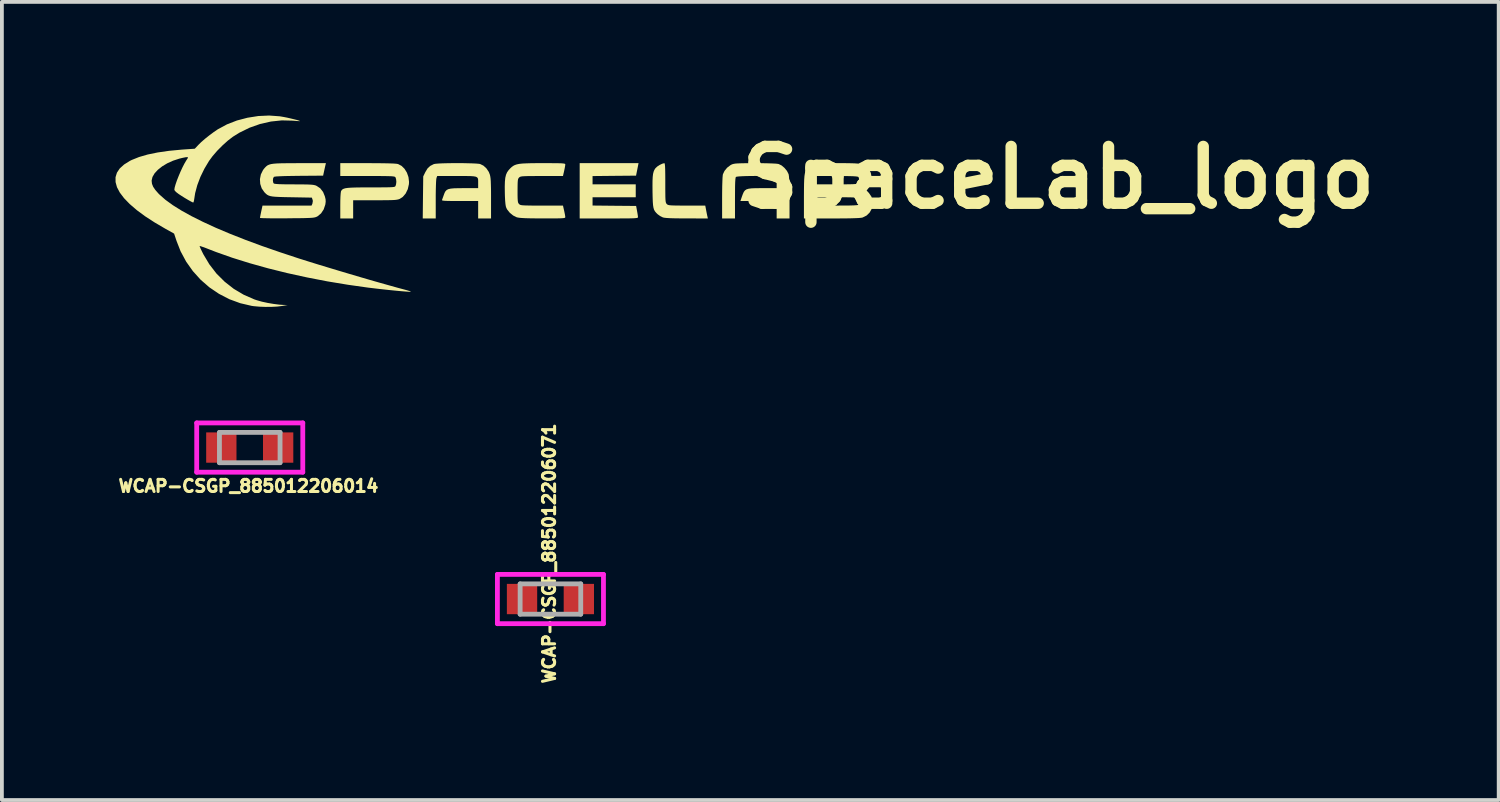
<source format=kicad_pcb>
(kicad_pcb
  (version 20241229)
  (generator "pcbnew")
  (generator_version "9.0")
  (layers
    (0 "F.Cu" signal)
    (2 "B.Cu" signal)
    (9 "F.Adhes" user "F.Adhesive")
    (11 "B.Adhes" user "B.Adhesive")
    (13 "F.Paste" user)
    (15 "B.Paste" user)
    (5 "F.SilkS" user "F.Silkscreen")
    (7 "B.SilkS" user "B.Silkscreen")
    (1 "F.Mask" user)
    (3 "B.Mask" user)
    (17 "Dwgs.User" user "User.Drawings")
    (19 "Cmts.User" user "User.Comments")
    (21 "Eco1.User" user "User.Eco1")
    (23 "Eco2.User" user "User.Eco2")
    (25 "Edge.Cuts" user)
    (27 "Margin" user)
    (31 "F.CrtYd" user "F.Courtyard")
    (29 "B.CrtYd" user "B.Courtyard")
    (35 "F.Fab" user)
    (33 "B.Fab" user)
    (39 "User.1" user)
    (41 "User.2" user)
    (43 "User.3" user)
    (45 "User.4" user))
  (footprint "SpaceLab_logo"
    (layer "F.Cu")
    (at 9.993 2.537)
    (property "Reference" "SpaceLab_logo" (at 14.9 -0.9 0) (layer "F.SilkS") (effects (font (size 1.5 1.5) (thickness 0.3))))
    (attr board_only exclude_from_pos_files exclude_from_bom)
    (fp_poly (pts (xy 3.781 -1.115) (xy 3.748 -0.95) (xy 3.174 -0.945) (xy 2.6 -0.939) (xy 2.6 -0.83) (xy 2.6 -0.72) (xy 3.17 -0.72) (xy 3.74 -0.72) (xy 3.74 -0.55) (xy 3.74 -0.38) (xy 3.17 -0.38) (xy 2.6 -0.38) (xy 2.6 -0.27) (xy 2.6 -0.161) (xy 3.175 -0.155) (xy 3.75 -0.15) (xy 3.774 -0.02) (xy 3.787 0.053) (xy 3.796 0.113) (xy 3.799 0.145) (xy 3.797 0.154) (xy 3.789 0.161) (xy 3.77 0.167) (xy 3.737 0.171) (xy 3.686 0.175) (xy 3.614 0.177) (xy 3.516 0.179) (xy 3.39 0.179) (xy 3.231 0.18) (xy 3.037 0.18) (xy 3.03 0.18) (xy 2.26 0.18) (xy 2.26 -0.55) (xy 2.26 -1.28) (xy 3.037 -1.28) (xy 3.814 -1.28)) (stroke (width 0) (type solid)) (fill yes) (layer "F.SilkS"))
    (fp_poly (pts (xy 4.503 -1.271) (xy 4.509 -1.242) (xy 4.514 -1.19) (xy 4.517 -1.11) (xy 4.519 -1) (xy 4.52 -0.855) (xy 4.52 -0.76) (xy 4.52 -0.602) (xy 4.521 -0.479) (xy 4.522 -0.386) (xy 4.525 -0.319) (xy 4.529 -0.272) (xy 4.536 -0.24) (xy 4.544 -0.22) (xy 4.555 -0.205) (xy 4.56 -0.2) (xy 4.575 -0.187) (xy 4.593 -0.178) (xy 4.621 -0.171) (xy 4.664 -0.166) (xy 4.726 -0.163) (xy 4.812 -0.161) (xy 4.928 -0.16) (xy 5.079 -0.16) (xy 5.087 -0.16) (xy 5.575 -0.16) (xy 5.599 -0.035) (xy 5.613 0.039) (xy 5.626 0.102) (xy 5.634 0.135) (xy 5.644 0.18) (xy 5.087 0.179) (xy 4.906 0.178) (xy 4.762 0.176) (xy 4.649 0.173) (xy 4.564 0.168) (xy 4.503 0.162) (xy 4.462 0.154) (xy 4.453 0.151) (xy 4.385 0.117) (xy 4.321 0.071) (xy 4.316 0.067) (xy 4.276 0.027) (xy 4.246 -0.01) (xy 4.223 -0.052) (xy 4.208 -0.103) (xy 4.197 -0.171) (xy 4.19 -0.26) (xy 4.186 -0.378) (xy 4.183 -0.522) (xy 4.182 -0.686) (xy 4.183 -0.816) (xy 4.188 -0.917) (xy 4.197 -0.995) (xy 4.212 -1.055) (xy 4.232 -1.103) (xy 4.259 -1.144) (xy 4.263 -1.15) (xy 4.308 -1.191) (xy 4.371 -1.232) (xy 4.437 -1.264) (xy 4.491 -1.279) (xy 4.495 -1.28)) (stroke (width 0) (type solid)) (fill yes) (layer "F.SilkS"))
    (fp_poly (pts (xy -3.11 -1.279) (xy -2.921 -1.277) (xy -2.77 -1.274) (xy -2.657 -1.27) (xy -2.579 -1.264) (xy -2.537 -1.257) (xy -2.444 -1.209) (xy -2.364 -1.131) (xy -2.301 -1.029) (xy -2.26 -0.912) (xy -2.245 -0.787) (xy -2.248 -0.725) (xy -2.278 -0.593) (xy -2.334 -0.478) (xy -2.41 -0.389) (xy -2.488 -0.338) (xy -2.515 -0.327) (xy -2.547 -0.319) (xy -2.588 -0.312) (xy -2.643 -0.307) (xy -2.717 -0.304) (xy -2.815 -0.302) (xy -2.941 -0.301) (xy -3.102 -0.3) (xy -3.145 -0.3) (xy -3.72 -0.3) (xy -3.72 -0.06) (xy -3.72 0.18) (xy -3.89 0.18) (xy -4.06 0.18) (xy -4.06 -0.161) (xy -4.059 -0.294) (xy -4.055 -0.403) (xy -4.049 -0.485) (xy -4.042 -0.534) (xy -4.038 -0.543) (xy -4.022 -0.568) (xy -4 -0.589) (xy -3.968 -0.605) (xy -3.923 -0.618) (xy -3.86 -0.627) (xy -3.775 -0.633) (xy -3.664 -0.637) (xy -3.523 -0.639) (xy -3.348 -0.64) (xy -3.251 -0.64) (xy -3.076 -0.64) (xy -2.936 -0.641) (xy -2.828 -0.642) (xy -2.747 -0.644) (xy -2.689 -0.647) (xy -2.65 -0.651) (xy -2.625 -0.657) (xy -2.611 -0.665) (xy -2.603 -0.675) (xy -2.601 -0.679) (xy -2.587 -0.725) (xy -2.58 -0.785) (xy -2.58 -0.79) (xy -2.586 -0.85) (xy -2.599 -0.899) (xy -2.601 -0.901) (xy -2.608 -0.911) (xy -2.619 -0.92) (xy -2.639 -0.926) (xy -2.672 -0.931) (xy -2.72 -0.935) (xy -2.79 -0.937) (xy -2.883 -0.939) (xy -3.005 -0.94) (xy -3.159 -0.94) (xy -3.341 -0.94) (xy -4.06 -0.94) (xy -4.06 -1.11) (xy -4.06 -1.28) (xy -3.337 -1.28)) (stroke (width 0) (type solid)) (fill yes) (layer "F.SilkS"))
    (fp_poly (pts (xy -0.825 -1.28) (xy -0.692 -1.277) (xy -0.572 -1.274) (xy -0.473 -1.269) (xy -0.402 -1.263) (xy -0.37 -1.258) (xy -0.282 -1.215) (xy -0.202 -1.142) (xy -0.139 -1.048) (xy -0.111 -0.976) (xy -0.101 -0.934) (xy -0.093 -0.88) (xy -0.087 -0.808) (xy -0.084 -0.714) (xy -0.081 -0.593) (xy -0.08 -0.439) (xy -0.08 -0.346) (xy -0.08 0.18) (xy -0.25 0.18) (xy -0.42 0.18) (xy -0.42 -0.05) (xy -0.42 -0.28) (xy -0.902 -0.28) (xy -1.059 -0.28) (xy -1.18 -0.282) (xy -1.268 -0.284) (xy -1.328 -0.288) (xy -1.362 -0.294) (xy -1.375 -0.301) (xy -1.375 -0.305) (xy -1.364 -0.337) (xy -1.344 -0.392) (xy -1.328 -0.438) (xy -1.306 -0.496) (xy -1.282 -0.54) (xy -1.25 -0.572) (xy -1.206 -0.594) (xy -1.143 -0.608) (xy -1.056 -0.616) (xy -0.94 -0.619) (xy -0.795 -0.62) (xy -0.42 -0.62) (xy -0.42 -0.741) (xy -0.42 -0.8) (xy -0.421 -0.845) (xy -0.429 -0.88) (xy -0.448 -0.905) (xy -0.481 -0.922) (xy -0.535 -0.932) (xy -0.611 -0.938) (xy -0.716 -0.94) (xy -0.853 -0.94) (xy -0.981 -0.94) (xy -1.501 -0.94) (xy -1.52 -0.889) (xy -1.526 -0.855) (xy -1.531 -0.787) (xy -1.535 -0.691) (xy -1.538 -0.573) (xy -1.54 -0.438) (xy -1.54 -0.329) (xy -1.54 0.18) (xy -1.712 0.18) (xy -1.883 0.18) (xy -1.877 -0.375) (xy -1.87 -0.93) (xy -1.814 -1.045) (xy -1.756 -1.141) (xy -1.687 -1.206) (xy -1.597 -1.252) (xy -1.582 -1.257) (xy -1.54 -1.264) (xy -1.465 -1.27) (xy -1.363 -1.275) (xy -1.241 -1.278) (xy -1.107 -1.28) (xy -0.966 -1.28)) (stroke (width 0) (type solid)) (fill yes) (layer "F.SilkS"))
    (fp_poly (pts (xy 7.066 -1.279) (xy 7.218 -1.276) (xy 7.344 -1.272) (xy 7.439 -1.267) (xy 7.498 -1.26) (xy 7.51 -1.258) (xy 7.589 -1.22) (xy 7.666 -1.155) (xy 7.732 -1.075) (xy 7.774 -0.992) (xy 7.776 -0.987) (xy 7.784 -0.937) (xy 7.791 -0.852) (xy 7.796 -0.732) (xy 7.799 -0.574) (xy 7.8 -0.377) (xy 7.8 -0.363) (xy 7.8 0.18) (xy 7.63 0.18) (xy 7.46 0.18) (xy 7.46 -0.05) (xy 7.46 -0.28) (xy 6.981 -0.28) (xy 6.503 -0.28) (xy 6.542 -0.395) (xy 6.568 -0.466) (xy 6.593 -0.521) (xy 6.623 -0.56) (xy 6.664 -0.588) (xy 6.721 -0.605) (xy 6.8 -0.615) (xy 6.907 -0.619) (xy 7.046 -0.62) (xy 7.089 -0.62) (xy 7.46 -0.62) (xy 7.46 -0.756) (xy 7.456 -0.834) (xy 7.447 -0.891) (xy 7.436 -0.916) (xy 7.409 -0.924) (xy 7.348 -0.93) (xy 7.261 -0.935) (xy 7.153 -0.939) (xy 7.033 -0.941) (xy 6.906 -0.942) (xy 6.779 -0.941) (xy 6.66 -0.939) (xy 6.553 -0.935) (xy 6.468 -0.93) (xy 6.409 -0.923) (xy 6.384 -0.916) (xy 6.376 -0.895) (xy 6.37 -0.849) (xy 6.365 -0.775) (xy 6.362 -0.669) (xy 6.361 -0.528) (xy 6.36 -0.356) (xy 6.36 0.18) (xy 6.19 0.18) (xy 6.02 0.18) (xy 6.02 -0.365) (xy 6.021 -0.527) (xy 6.023 -0.673) (xy 6.027 -0.798) (xy 6.031 -0.895) (xy 6.037 -0.962) (xy 6.041 -0.986) (xy 6.083 -1.075) (xy 6.153 -1.16) (xy 6.239 -1.226) (xy 6.27 -1.243) (xy 6.298 -1.254) (xy 6.331 -1.262) (xy 6.374 -1.269) (xy 6.432 -1.273) (xy 6.511 -1.276) (xy 6.615 -1.278) (xy 6.75 -1.279) (xy 6.89 -1.279)) (stroke (width 0) (type solid)) (fill yes) (layer "F.SilkS"))
    (fp_poly (pts (xy 1.462 -1.28) (xy 1.595 -1.279) (xy 1.697 -1.278) (xy 1.771 -1.276) (xy 1.822 -1.272) (xy 1.854 -1.267) (xy 1.872 -1.261) (xy 1.879 -1.252) (xy 1.88 -1.245) (xy 1.876 -1.21) (xy 1.866 -1.153) (xy 1.848 -1.066) (xy 1.829 -0.985) (xy 1.819 -0.94) (xy 1.26 -0.94) (xy 1.095 -0.94) (xy 0.966 -0.939) (xy 0.867 -0.938) (xy 0.794 -0.935) (xy 0.743 -0.932) (xy 0.708 -0.926) (xy 0.685 -0.918) (xy 0.669 -0.908) (xy 0.66 -0.9) (xy 0.645 -0.882) (xy 0.634 -0.858) (xy 0.627 -0.821) (xy 0.623 -0.766) (xy 0.621 -0.685) (xy 0.62 -0.572) (xy 0.62 -0.55) (xy 0.62 -0.431) (xy 0.622 -0.345) (xy 0.626 -0.286) (xy 0.632 -0.247) (xy 0.643 -0.222) (xy 0.657 -0.203) (xy 0.66 -0.2) (xy 0.674 -0.188) (xy 0.691 -0.179) (xy 0.717 -0.172) (xy 0.756 -0.167) (xy 0.814 -0.164) (xy 0.894 -0.162) (xy 1.001 -0.16) (xy 1.141 -0.16) (xy 1.26 -0.16) (xy 1.819 -0.16) (xy 1.829 -0.115) (xy 1.854 -0.005) (xy 1.87 0.073) (xy 1.878 0.123) (xy 1.88 0.145) (xy 1.877 0.155) (xy 1.868 0.163) (xy 1.847 0.169) (xy 1.81 0.173) (xy 1.753 0.176) (xy 1.671 0.178) (xy 1.562 0.179) (xy 1.42 0.179) (xy 1.285 0.179) (xy 1.098 0.178) (xy 0.946 0.176) (xy 0.827 0.173) (xy 0.735 0.168) (xy 0.667 0.162) (xy 0.619 0.154) (xy 0.598 0.149) (xy 0.505 0.103) (xy 0.416 0.031) (xy 0.346 -0.056) (xy 0.324 -0.098) (xy 0.31 -0.141) (xy 0.3 -0.205) (xy 0.292 -0.294) (xy 0.286 -0.415) (xy 0.284 -0.503) (xy 0.282 -0.664) (xy 0.286 -0.792) (xy 0.296 -0.892) (xy 0.315 -0.972) (xy 0.343 -1.037) (xy 0.383 -1.094) (xy 0.422 -1.137) (xy 0.462 -1.175) (xy 0.501 -1.205) (xy 0.546 -1.229) (xy 0.599 -1.247) (xy 0.666 -1.261) (xy 0.752 -1.27) (xy 0.86 -1.275) (xy 0.997 -1.279) (xy 1.165 -1.28) (xy 1.294 -1.28)) (stroke (width 0) (type solid)) (fill yes) (layer "F.SilkS"))
    (fp_poly (pts (xy -4.45 -1.235) (xy -4.46 -1.191) (xy -4.475 -1.125) (xy -4.487 -1.07) (xy -4.513 -0.95) (xy -5.15 -0.945) (xy -5.358 -0.942) (xy -5.526 -0.939) (xy -5.656 -0.934) (xy -5.746 -0.929) (xy -5.799 -0.922) (xy -5.813 -0.917) (xy -5.833 -0.879) (xy -5.839 -0.824) (xy -5.831 -0.77) (xy -5.816 -0.744) (xy -5.795 -0.736) (xy -5.747 -0.73) (xy -5.671 -0.725) (xy -5.563 -0.722) (xy -5.419 -0.72) (xy -5.281 -0.72) (xy -5.121 -0.719) (xy -4.997 -0.718) (xy -4.901 -0.716) (xy -4.83 -0.712) (xy -4.777 -0.707) (xy -4.737 -0.699) (xy -4.706 -0.69) (xy -4.689 -0.682) (xy -4.589 -0.616) (xy -4.514 -0.519) (xy -4.467 -0.404) (xy -4.448 -0.326) (xy -4.445 -0.261) (xy -4.455 -0.187) (xy -4.457 -0.18) (xy -4.499 -0.057) (xy -4.567 0.046) (xy -4.655 0.12) (xy -4.67 0.128) (xy -4.693 0.139) (xy -4.718 0.148) (xy -4.749 0.155) (xy -4.79 0.161) (xy -4.847 0.165) (xy -4.923 0.168) (xy -5.022 0.171) (xy -5.15 0.173) (xy -5.309 0.174) (xy -5.465 0.176) (xy -5.63 0.177) (xy -5.781 0.177) (xy -5.914 0.176) (xy -6.025 0.174) (xy -6.11 0.172) (xy -6.163 0.169) (xy -6.18 0.166) (xy -6.176 0.141) (xy -6.166 0.087) (xy -6.151 0.014) (xy -6.147 -0.005) (xy -6.113 -0.16) (xy -5.466 -0.16) (xy -4.819 -0.16) (xy -4.796 -0.211) (xy -4.784 -0.281) (xy -4.792 -0.316) (xy -4.811 -0.37) (xy -5.35 -0.38) (xy -5.521 -0.383) (xy -5.657 -0.387) (xy -5.762 -0.392) (xy -5.843 -0.399) (xy -5.905 -0.41) (xy -5.951 -0.425) (xy -5.988 -0.444) (xy -6.021 -0.47) (xy -6.054 -0.503) (xy -6.064 -0.513) (xy -6.134 -0.614) (xy -6.173 -0.732) (xy -6.181 -0.857) (xy -6.157 -0.981) (xy -6.101 -1.095) (xy -6.077 -1.128) (xy -6.045 -1.165) (xy -6.014 -1.196) (xy -5.981 -1.221) (xy -5.94 -1.24) (xy -5.889 -1.255) (xy -5.822 -1.265) (xy -5.735 -1.272) (xy -5.624 -1.276) (xy -5.486 -1.278) (xy -5.315 -1.279) (xy -5.145 -1.28) (xy -4.439 -1.28)) (stroke (width 0) (type solid)) (fill yes) (layer "F.SilkS"))
    (fp_poly (pts (xy 9.257 -1.28) (xy 9.399 -1.278) (xy 9.511 -1.275) (xy 9.599 -1.269) (xy 9.666 -1.261) (xy 9.719 -1.249) (xy 9.761 -1.233) (xy 9.799 -1.213) (xy 9.825 -1.195) (xy 9.897 -1.123) (xy 9.944 -1.027) (xy 9.966 -0.918) (xy 9.961 -0.804) (xy 9.929 -0.696) (xy 9.887 -0.624) (xy 9.835 -0.557) (xy 9.895 -0.493) (xy 9.961 -0.397) (xy 9.994 -0.29) (xy 9.996 -0.179) (xy 9.968 -0.071) (xy 9.914 0.025) (xy 9.834 0.103) (xy 9.732 0.154) (xy 9.726 0.156) (xy 9.686 0.163) (xy 9.617 0.169) (xy 9.518 0.173) (xy 9.385 0.177) (xy 9.218 0.179) (xy 9.014 0.18) (xy 8.913 0.18) (xy 8.18 0.18) (xy 8.18 -0.38) (xy 8.52 -0.38) (xy 8.52 -0.27) (xy 8.52 -0.16) (xy 9.066 -0.16) (xy 9.244 -0.161) (xy 9.385 -0.162) (xy 9.492 -0.165) (xy 9.567 -0.17) (xy 9.614 -0.176) (xy 9.636 -0.184) (xy 9.636 -0.184) (xy 9.655 -0.225) (xy 9.659 -0.283) (xy 9.648 -0.336) (xy 9.636 -0.356) (xy 9.616 -0.364) (xy 9.57 -0.37) (xy 9.496 -0.374) (xy 9.39 -0.378) (xy 9.251 -0.379) (xy 9.075 -0.38) (xy 9.066 -0.38) (xy 8.52 -0.38) (xy 8.18 -0.38) (xy 8.18 -0.395) (xy 8.181 -0.58) (xy 8.183 -0.729) (xy 8.187 -0.848) (xy 8.194 -0.94) (xy 8.52 -0.94) (xy 8.52 -0.83) (xy 8.52 -0.72) (xy 9.056 -0.72) (xy 9.232 -0.721) (xy 9.372 -0.722) (xy 9.477 -0.725) (xy 9.551 -0.73) (xy 9.596 -0.736) (xy 9.616 -0.744) (xy 9.635 -0.785) (xy 9.639 -0.843) (xy 9.628 -0.896) (xy 9.616 -0.916) (xy 9.595 -0.924) (xy 9.549 -0.93) (xy 9.475 -0.935) (xy 9.369 -0.938) (xy 9.228 -0.939) (xy 9.056 -0.94) (xy 8.52 -0.94) (xy 8.194 -0.94) (xy 8.194 -0.94) (xy 8.205 -1.011) (xy 8.221 -1.065) (xy 8.242 -1.106) (xy 8.269 -1.14) (xy 8.304 -1.17) (xy 8.323 -1.185) (xy 8.361 -1.211) (xy 8.4 -1.233) (xy 8.443 -1.249) (xy 8.496 -1.261) (xy 8.565 -1.27) (xy 8.654 -1.275) (xy 8.767 -1.278) (xy 8.911 -1.28) (xy 9.08 -1.28)) (stroke (width 0) (type solid)) (fill yes) (layer "F.SilkS"))
    (fp_poly (pts (xy -5.66 -2.517) (xy -5.63 -2.512) (xy -5.554 -2.499) (xy -5.466 -2.482) (xy -5.374 -2.461) (xy -5.286 -2.44) (xy -5.21 -2.421) (xy -5.154 -2.404) (xy -5.126 -2.393) (xy -5.124 -2.39) (xy -5.145 -2.389) (xy -5.197 -2.392) (xy -5.271 -2.398) (xy -5.32 -2.402) (xy -5.602 -2.409) (xy -5.89 -2.379) (xy -6.176 -2.314) (xy -6.456 -2.215) (xy -6.723 -2.084) (xy -6.895 -1.977) (xy -7.029 -1.874) (xy -7.17 -1.747) (xy -7.309 -1.607) (xy -7.433 -1.463) (xy -7.525 -1.338) (xy -7.648 -1.132) (xy -7.753 -0.916) (xy -7.835 -0.699) (xy -7.891 -0.49) (xy -7.911 -0.362) (xy -7.921 -0.298) (xy -7.932 -0.254) (xy -7.942 -0.24) (xy -7.968 -0.25) (xy -8.02 -0.277) (xy -8.09 -0.317) (xy -8.171 -0.365) (xy -8.253 -0.417) (xy -8.325 -0.464) (xy -8.398 -0.52) (xy -8.435 -0.563) (xy -8.44 -0.583) (xy -8.431 -0.64) (xy -8.407 -0.724) (xy -8.371 -0.828) (xy -8.326 -0.942) (xy -8.276 -1.06) (xy -8.224 -1.172) (xy -8.173 -1.271) (xy -8.127 -1.349) (xy -8.118 -1.363) (xy -8.092 -1.403) (xy -8.08 -1.427) (xy -8.08 -1.428) (xy -8.095 -1.439) (xy -8.142 -1.436) (xy -8.222 -1.42) (xy -8.309 -1.399) (xy -8.474 -1.345) (xy -8.627 -1.276) (xy -8.762 -1.195) (xy -8.875 -1.105) (xy -8.962 -1.011) (xy -9.018 -0.915) (xy -9.04 -0.82) (xy -9.04 -0.814) (xy -9.031 -0.735) (xy -9 -0.657) (xy -8.944 -0.574) (xy -8.86 -0.478) (xy -8.831 -0.449) (xy -8.678 -0.314) (xy -8.486 -0.174) (xy -8.256 -0.03) (xy -7.989 0.118) (xy -7.685 0.27) (xy -7.346 0.426) (xy -6.972 0.584) (xy -6.564 0.745) (xy -6.123 0.908) (xy -5.65 1.072) (xy -5.145 1.239) (xy -5.09 1.256) (xy -4.871 1.325) (xy -4.629 1.4) (xy -4.368 1.479) (xy -4.096 1.561) (xy -3.818 1.644) (xy -3.54 1.726) (xy -3.27 1.805) (xy -3.011 1.879) (xy -2.772 1.946) (xy -2.558 2.006) (xy -2.375 2.055) (xy -2.352 2.061) (xy -2.277 2.082) (xy -2.223 2.1) (xy -2.196 2.112) (xy -2.196 2.115) (xy -2.225 2.116) (xy -2.289 2.113) (xy -2.382 2.106) (xy -2.498 2.096) (xy -2.634 2.083) (xy -2.782 2.068) (xy -2.939 2.051) (xy -3.098 2.033) (xy -3.255 2.014) (xy -3.31 2.008) (xy -3.855 1.931) (xy -4.399 1.841) (xy -4.936 1.737) (xy -5.461 1.622) (xy -5.968 1.496) (xy -6.454 1.36) (xy -6.912 1.217) (xy -7.339 1.066) (xy -7.517 0.997) (xy -7.609 0.961) (xy -7.687 0.933) (xy -7.743 0.914) (xy -7.772 0.906) (xy -7.773 0.907) (xy -7.768 0.927) (xy -7.748 0.975) (xy -7.715 1.044) (xy -7.676 1.123) (xy -7.517 1.39) (xy -7.329 1.634) (xy -7.112 1.85) (xy -6.872 2.038) (xy -6.609 2.194) (xy -6.328 2.317) (xy -6.259 2.34) (xy -6.129 2.377) (xy -5.976 2.41) (xy -5.817 2.437) (xy -5.666 2.456) (xy -5.557 2.463) (xy -5.45 2.465) (xy -5.6 2.491) (xy -5.724 2.506) (xy -5.874 2.514) (xy -6.035 2.515) (xy -6.195 2.509) (xy -6.34 2.496) (xy -6.398 2.488) (xy -6.701 2.417) (xy -6.99 2.311) (xy -7.262 2.17) (xy -7.515 1.999) (xy -7.745 1.799) (xy -7.95 1.572) (xy -8.128 1.321) (xy -8.275 1.048) (xy -8.382 0.775) (xy -8.447 0.58) (xy -8.668 0.457) (xy -8.96 0.286) (xy -9.216 0.12) (xy -9.436 -0.043) (xy -9.62 -0.202) (xy -9.768 -0.355) (xy -9.88 -0.503) (xy -9.955 -0.645) (xy -9.992 -0.78) (xy -9.993 -0.909) (xy -9.956 -1.029) (xy -9.881 -1.141) (xy -9.767 -1.244) (xy -9.616 -1.339) (xy -9.563 -1.365) (xy -9.371 -1.442) (xy -9.144 -1.508) (xy -8.881 -1.562) (xy -8.583 -1.605) (xy -8.246 -1.637) (xy -8.205 -1.64) (xy -7.901 -1.661) (xy -7.805 -1.763) (xy -7.73 -1.837) (xy -7.631 -1.923) (xy -7.519 -2.012) (xy -7.405 -2.097) (xy -7.3 -2.169) (xy -7.29 -2.175) (xy -7.051 -2.304) (xy -6.788 -2.406) (xy -6.509 -2.479) (xy -6.223 -2.524) (xy -5.938 -2.537)) (stroke (width 0) (type solid)) (fill yes) (layer "F.SilkS")))
  (footprint "WCAP-CSGP_885012206014"
    (layer "F.Cu")
    (at 3.543 8.765)
    (property "Reference" "WCAP-CSGP_885012206014" (at -0.034 1.016 180) (layer "F.SilkS") (effects (font (size 0.32 0.32) (thickness 0.08))))
    (attr smd)
    (fp_line (start -1.4 -0.65) (end 1.4 -0.65) (stroke (width 0.127) (type solid)) (layer "F.CrtYd"))
    (fp_line (start -1.4 0.65) (end -1.4 -0.65) (stroke (width 0.127) (type solid)) (layer "F.CrtYd"))
    (fp_line (start -1.4 0.65) (end 1.4 0.65) (stroke (width 0.127) (type solid)) (layer "F.CrtYd"))
    (fp_line (start 1.4 -0.65) (end 1.4 0.65) (stroke (width 0.127) (type solid)) (layer "F.CrtYd"))
    (fp_line (start -0.8 -0.4) (end -0.8 0.4) (stroke (width 0.127) (type solid)) (layer "F.Fab"))
    (fp_line (start -0.8 -0.4) (end 0.8 -0.4) (stroke (width 0.127) (type solid)) (layer "F.Fab"))
    (fp_line (start -0.8 0.4) (end 0.8 0.4) (stroke (width 0.127) (type solid)) (layer "F.Fab"))
    (fp_line (start 0.8 0.4) (end 0.8 -0.4) (stroke (width 0.127) (type solid)) (layer "F.Fab"))
    (pad "1" smd rect (at -0.75 0) (size 0.8 0.8) (layers "F.Cu" "F.Mask" "F.Paste"))
    (pad "2" smd rect (at 0.75 0) (size 0.8 0.8) (layers "F.Cu" "F.Mask" "F.Paste")))
  (footprint "WCAP-CSGP_885012206071"
    (layer "F.Cu")
    (at 11.481 12.764)
    (property "Reference" "WCAP-CSGP_885012206071" (at -0.034 -1.203 270) (layer "F.SilkS") (effects (font (size 0.32 0.32) (thickness 0.08))))
    (attr smd)
    (fp_line (start -1.4 -0.65) (end 1.4 -0.65) (stroke (width 0.127) (type solid)) (layer "F.CrtYd"))
    (fp_line (start -1.4 0.65) (end -1.4 -0.65) (stroke (width 0.127) (type solid)) (layer "F.CrtYd"))
    (fp_line (start -1.4 0.65) (end 1.4 0.65) (stroke (width 0.127) (type solid)) (layer "F.CrtYd"))
    (fp_line (start 1.4 -0.65) (end 1.4 0.65) (stroke (width 0.127) (type solid)) (layer "F.CrtYd"))
    (fp_line (start -0.8 -0.4) (end -0.8 0.4) (stroke (width 0.127) (type solid)) (layer "F.Fab"))
    (fp_line (start -0.8 -0.4) (end 0.8 -0.4) (stroke (width 0.127) (type solid)) (layer "F.Fab"))
    (fp_line (start -0.8 0.4) (end 0.8 0.4) (stroke (width 0.127) (type solid)) (layer "F.Fab"))
    (fp_line (start 0.8 0.4) (end 0.8 -0.4) (stroke (width 0.127) (type solid)) (layer "F.Fab"))
    (pad "1" smd rect (at -0.75 0) (size 0.8 0.8) (layers "F.Cu" "F.Mask" "F.Paste"))
    (pad "2" smd rect (at 0.75 0) (size 0.8 0.8) (layers "F.Cu" "F.Mask" "F.Paste")))
  (gr_rect
    (start -3 -3)
    (end 36.514 18.07)
    (stroke (width 0.1) (type default))
    (fill no)
    (layer "Edge.Cuts")))
</source>
